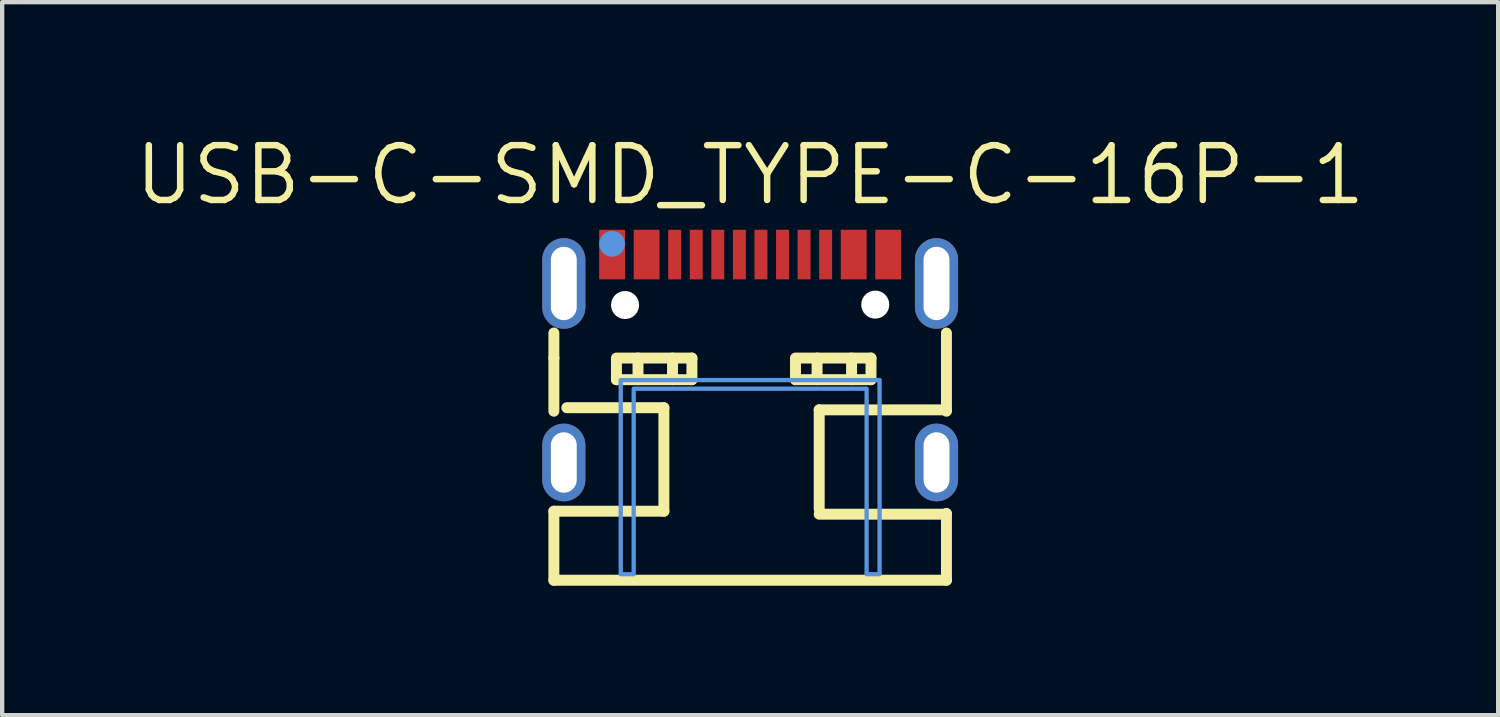
<source format=kicad_pcb>
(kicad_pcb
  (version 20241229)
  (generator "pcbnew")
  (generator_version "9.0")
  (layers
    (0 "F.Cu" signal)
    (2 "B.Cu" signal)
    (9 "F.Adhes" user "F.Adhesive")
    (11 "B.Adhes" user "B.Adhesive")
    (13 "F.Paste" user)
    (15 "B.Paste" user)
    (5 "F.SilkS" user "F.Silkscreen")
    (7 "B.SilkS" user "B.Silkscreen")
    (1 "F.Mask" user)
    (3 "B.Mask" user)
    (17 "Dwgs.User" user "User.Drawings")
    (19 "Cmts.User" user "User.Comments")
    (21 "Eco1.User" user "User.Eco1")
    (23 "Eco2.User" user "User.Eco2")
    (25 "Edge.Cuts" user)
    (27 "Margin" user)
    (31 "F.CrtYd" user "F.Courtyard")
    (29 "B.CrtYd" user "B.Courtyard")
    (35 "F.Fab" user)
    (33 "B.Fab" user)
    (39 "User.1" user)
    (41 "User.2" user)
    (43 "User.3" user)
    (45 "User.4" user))
  (footprint "USB-C-SMD_TYPE-C-16P-1"
    (layer "F.Cu")
    (at 14.34 5.261)
    (property "Reference" "USB-C-SMD_TYPE-C-16P-1" (at 0 -4.255 0) (layer "F.SilkS") (effects (font (size 1.27 1.27) (thickness 0.15))))
    (attr smd)
    (fp_line (start -4.55 -0.01) (end -4.55 -0.591) (stroke (width 0.254) (type solid)) (layer "F.SilkS"))
    (fp_line (start -4.55 -0.01) (end -4.55 1.221) (stroke (width 0.254) (type solid)) (layer "F.SilkS"))
    (fp_line (start -4.55 3.54) (end -4.55 5.14) (stroke (width 0.254) (type solid)) (layer "F.SilkS"))
    (fp_line (start -4.55 5.14) (end 4.55 5.14) (stroke (width 0.254) (type solid)) (layer "F.SilkS"))
    (fp_line (start -4.25 1.14) (end -2 1.14) (stroke (width 0.254) (type solid)) (layer "F.SilkS"))
    (fp_line (start -3.1 -0.01) (end -3.1 0.49) (stroke (width 0.254) (type solid)) (layer "F.SilkS"))
    (fp_line (start -3.1 0.49) (end -1.35 0.49) (stroke (width 0.254) (type solid)) (layer "F.SilkS"))
    (fp_line (start -2.6 -0.01) (end -2.6 0.49) (stroke (width 0.254) (type solid)) (layer "F.SilkS"))
    (fp_line (start -2 1.14) (end -2 3.54) (stroke (width 0.254) (type solid)) (layer "F.SilkS"))
    (fp_line (start -2 3.54) (end -4.55 3.54) (stroke (width 0.254) (type solid)) (layer "F.SilkS"))
    (fp_line (start -1.8 -0.01) (end -1.8 0.49) (stroke (width 0.254) (type solid)) (layer "F.SilkS"))
    (fp_line (start -1.35 -0.01) (end -3.05 -0.01) (stroke (width 0.254) (type solid)) (layer "F.SilkS"))
    (fp_line (start -1.35 0.49) (end -1.35 -0.01) (stroke (width 0.254) (type solid)) (layer "F.SilkS"))
    (fp_line (start 1.051 -0.01) (end 1.051 0.49) (stroke (width 0.254) (type solid)) (layer "F.SilkS"))
    (fp_line (start 1.051 0.49) (end 2.801 0.49) (stroke (width 0.254) (type solid)) (layer "F.SilkS"))
    (fp_line (start 1.551 -0.01) (end 1.551 0.49) (stroke (width 0.254) (type solid)) (layer "F.SilkS"))
    (fp_line (start 1.6 1.19) (end 1.6 3.489) (stroke (width 0.254) (type solid)) (layer "F.SilkS"))
    (fp_line (start 1.6 1.19) (end 4.55 1.19) (stroke (width 0.254) (type solid)) (layer "F.SilkS"))
    (fp_line (start 2.351 -0.01) (end 2.351 0.49) (stroke (width 0.254) (type solid)) (layer "F.SilkS"))
    (fp_line (start 2.801 -0.01) (end 1.101 -0.01) (stroke (width 0.254) (type solid)) (layer "F.SilkS"))
    (fp_line (start 2.801 0.49) (end 2.801 -0.01) (stroke (width 0.254) (type solid)) (layer "F.SilkS"))
    (fp_line (start 4.55 1.221) (end 4.55 -0.591) (stroke (width 0.254) (type solid)) (layer "F.SilkS"))
    (fp_line (start 4.55 3.609) (end 1.6 3.609) (stroke (width 0.254) (type solid)) (layer "F.SilkS"))
    (fp_line (start 4.55 5.14) (end 4.55 3.59) (stroke (width 0.254) (type solid)) (layer "F.SilkS"))
    (fp_poly (pts (xy -3.5 -2.985) (xy -3.5 -1.835) (xy -2.9 -1.835) (xy -2.9 -2.985)) (stroke (width 0) (type solid)) (fill yes) (layer "F.Paste"))
    (fp_poly (pts (xy -2.7 -2.985) (xy -2.7 -1.835) (xy -2.1 -1.835) (xy -2.1 -2.985)) (stroke (width 0) (type solid)) (fill yes) (layer "F.Paste"))
    (fp_poly (pts (xy -1.6 -1.835) (xy -1.6 -2.985) (xy -1.9 -2.985) (xy -1.9 -1.835)) (stroke (width 0) (type solid)) (fill yes) (layer "F.Paste"))
    (fp_poly (pts (xy -1.1 -1.835) (xy -1.1 -2.985) (xy -1.4 -2.985) (xy -1.4 -1.835)) (stroke (width 0) (type solid)) (fill yes) (layer "F.Paste"))
    (fp_poly (pts (xy -0.6 -1.835) (xy -0.6 -2.985) (xy -0.9 -2.985) (xy -0.9 -1.835)) (stroke (width 0) (type solid)) (fill yes) (layer "F.Paste"))
    (fp_poly (pts (xy -0.1 -1.835) (xy -0.1 -2.985) (xy -0.4 -2.985) (xy -0.4 -1.835)) (stroke (width 0) (type solid)) (fill yes) (layer "F.Paste"))
    (fp_poly (pts (xy 0.4 -1.835) (xy 0.4 -2.985) (xy 0.1 -2.985) (xy 0.1 -1.835)) (stroke (width 0) (type solid)) (fill yes) (layer "F.Paste"))
    (fp_poly (pts (xy 0.6 -2.985) (xy 0.6 -1.835) (xy 0.9 -1.835) (xy 0.9 -2.985)) (stroke (width 0) (type solid)) (fill yes) (layer "F.Paste"))
    (fp_poly (pts (xy 1.1 -2.985) (xy 1.1 -1.835) (xy 1.4 -1.835) (xy 1.4 -2.985)) (stroke (width 0) (type solid)) (fill yes) (layer "F.Paste"))
    (fp_poly (pts (xy 1.9 -1.835) (xy 1.9 -2.985) (xy 1.6 -2.985) (xy 1.6 -1.835)) (stroke (width 0) (type solid)) (fill yes) (layer "F.Paste"))
    (fp_poly (pts (xy 2.7 -1.835) (xy 2.7 -2.985) (xy 2.1 -2.985) (xy 2.1 -1.835)) (stroke (width 0) (type solid)) (fill yes) (layer "F.Paste"))
    (fp_poly (pts (xy 3.5 -1.835) (xy 3.5 -2.985) (xy 2.9 -2.985) (xy 2.9 -1.835)) (stroke (width 0) (type solid)) (fill yes) (layer "F.Paste"))
    (fp_poly (pts (xy -4.333 -2.79) (xy -4.357 -2.789) (xy -4.382 -2.786) (xy -4.407 -2.782) (xy -4.431 -2.777) (xy -4.455 -2.771) (xy -4.479 -2.764) (xy -4.503 -2.755) (xy -4.526 -2.746) (xy -4.548 -2.735) (xy -4.57 -2.723) (xy -4.591 -2.71) (xy -4.612 -2.696) (xy -4.632 -2.681) (xy -4.651 -2.665) (xy -4.669 -2.648) (xy -4.687 -2.63) (xy -4.703 -2.611) (xy -4.719 -2.592) (xy -4.733 -2.572) (xy -4.747 -2.551) (xy -4.759 -2.529) (xy -4.771 -2.507) (xy -4.781 -2.484) (xy -4.79 -2.461) (xy -4.798 -2.437) (xy -4.805 -2.413) (xy -4.81 -2.389) (xy -4.814 -2.365) (xy -4.818 -2.34) (xy -4.819 -2.315) (xy -4.82 -2.29) (xy -4.82 -1.19) (xy -4.819 -1.165) (xy -4.818 -1.14) (xy -4.814 -1.115) (xy -4.81 -1.091) (xy -4.805 -1.067) (xy -4.798 -1.043) (xy -4.79 -1.019) (xy -4.781 -0.996) (xy -4.771 -0.973) (xy -4.759 -0.951) (xy -4.747 -0.929) (xy -4.733 -0.908) (xy -4.719 -0.888) (xy -4.703 -0.869) (xy -4.687 -0.85) (xy -4.669 -0.832) (xy -4.651 -0.815) (xy -4.632 -0.799) (xy -4.612 -0.784) (xy -4.591 -0.77) (xy -4.57 -0.757) (xy -4.548 -0.745) (xy -4.526 -0.734) (xy -4.503 -0.725) (xy -4.479 -0.716) (xy -4.455 -0.709) (xy -4.431 -0.703) (xy -4.407 -0.698) (xy -4.382 -0.694) (xy -4.357 -0.691) (xy -4.333 -0.69) (xy -4.308 -0.69) (xy -4.283 -0.691) (xy -4.258 -0.694) (xy -4.233 -0.698) (xy -4.209 -0.703) (xy -4.185 -0.709) (xy -4.161 -0.716) (xy -4.137 -0.725) (xy -4.114 -0.734) (xy -4.092 -0.745) (xy -4.07 -0.757) (xy -4.049 -0.77) (xy -4.028 -0.784) (xy -4.008 -0.799) (xy -3.989 -0.815) (xy -3.971 -0.832) (xy -3.954 -0.85) (xy -3.937 -0.869) (xy -3.921 -0.888) (xy -3.907 -0.908) (xy -3.893 -0.929) (xy -3.881 -0.951) (xy -3.87 -0.973) (xy -3.859 -0.996) (xy -3.85 -1.019) (xy -3.842 -1.043) (xy -3.836 -1.067) (xy -3.83 -1.091) (xy -3.826 -1.115) (xy -3.823 -1.14) (xy -3.821 -1.165) (xy -3.82 -1.19) (xy -3.82 -2.29) (xy -3.821 -2.315) (xy -3.823 -2.34) (xy -3.826 -2.365) (xy -3.83 -2.389) (xy -3.836 -2.413) (xy -3.842 -2.437) (xy -3.85 -2.461) (xy -3.859 -2.484) (xy -3.87 -2.507) (xy -3.881 -2.529) (xy -3.893 -2.551) (xy -3.907 -2.572) (xy -3.921 -2.592) (xy -3.937 -2.611) (xy -3.954 -2.63) (xy -3.971 -2.648) (xy -3.989 -2.665) (xy -4.008 -2.681) (xy -4.028 -2.696) (xy -4.049 -2.71) (xy -4.07 -2.723) (xy -4.092 -2.735) (xy -4.114 -2.746) (xy -4.137 -2.755) (xy -4.161 -2.764) (xy -4.185 -2.771) (xy -4.209 -2.777) (xy -4.233 -2.782) (xy -4.258 -2.786) (xy -4.283 -2.789) (xy -4.308 -2.79)) (stroke (width 0) (type solid)) (fill yes) (layer "F.Paste"))
    (fp_poly (pts (xy -4.283 1.511) (xy -4.308 1.51) (xy -4.333 1.51) (xy -4.357 1.511) (xy -4.382 1.514) (xy -4.407 1.518) (xy -4.431 1.523) (xy -4.455 1.529) (xy -4.479 1.536) (xy -4.503 1.545) (xy -4.526 1.554) (xy -4.548 1.565) (xy -4.57 1.577) (xy -4.591 1.59) (xy -4.612 1.604) (xy -4.632 1.619) (xy -4.651 1.635) (xy -4.669 1.652) (xy -4.687 1.67) (xy -4.703 1.689) (xy -4.719 1.708) (xy -4.733 1.728) (xy -4.747 1.749) (xy -4.759 1.771) (xy -4.771 1.793) (xy -4.781 1.816) (xy -4.79 1.839) (xy -4.798 1.863) (xy -4.805 1.887) (xy -4.81 1.911) (xy -4.814 1.936) (xy -4.818 1.96) (xy -4.819 1.985) (xy -4.82 2.01) (xy -4.82 2.81) (xy -4.819 2.835) (xy -4.818 2.86) (xy -4.814 2.885) (xy -4.81 2.909) (xy -4.805 2.933) (xy -4.798 2.957) (xy -4.79 2.981) (xy -4.781 3.004) (xy -4.771 3.027) (xy -4.759 3.049) (xy -4.747 3.071) (xy -4.733 3.092) (xy -4.719 3.112) (xy -4.703 3.131) (xy -4.687 3.15) (xy -4.669 3.168) (xy -4.651 3.185) (xy -4.632 3.201) (xy -4.612 3.216) (xy -4.591 3.23) (xy -4.57 3.243) (xy -4.548 3.255) (xy -4.526 3.266) (xy -4.503 3.276) (xy -4.479 3.284) (xy -4.455 3.291) (xy -4.431 3.298) (xy -4.407 3.302) (xy -4.382 3.306) (xy -4.357 3.309) (xy -4.333 3.31) (xy -4.308 3.31) (xy -4.283 3.309) (xy -4.258 3.306) (xy -4.233 3.302) (xy -4.209 3.298) (xy -4.185 3.291) (xy -4.161 3.284) (xy -4.137 3.276) (xy -4.114 3.266) (xy -4.092 3.255) (xy -4.07 3.243) (xy -4.049 3.23) (xy -4.028 3.216) (xy -4.008 3.201) (xy -3.989 3.185) (xy -3.971 3.168) (xy -3.954 3.15) (xy -3.937 3.131) (xy -3.921 3.112) (xy -3.907 3.092) (xy -3.893 3.071) (xy -3.881 3.049) (xy -3.87 3.027) (xy -3.859 3.004) (xy -3.85 2.981) (xy -3.842 2.957) (xy -3.836 2.933) (xy -3.83 2.909) (xy -3.826 2.885) (xy -3.823 2.86) (xy -3.821 2.835) (xy -3.82 2.81) (xy -3.82 2.01) (xy -3.821 1.985) (xy -3.823 1.96) (xy -3.826 1.936) (xy -3.83 1.911) (xy -3.836 1.887) (xy -3.842 1.863) (xy -3.85 1.839) (xy -3.859 1.816) (xy -3.87 1.793) (xy -3.881 1.771) (xy -3.893 1.749) (xy -3.907 1.728) (xy -3.921 1.708) (xy -3.937 1.689) (xy -3.954 1.67) (xy -3.971 1.652) (xy -3.989 1.635) (xy -4.008 1.619) (xy -4.028 1.604) (xy -4.049 1.59) (xy -4.07 1.577) (xy -4.092 1.565) (xy -4.114 1.554) (xy -4.137 1.545) (xy -4.161 1.536) (xy -4.185 1.529) (xy -4.209 1.523) (xy -4.233 1.518) (xy -4.258 1.514)) (stroke (width 0) (type solid)) (fill yes) (layer "F.Paste"))
    (fp_poly (pts (xy 4.308 1.51) (xy 4.283 1.511) (xy 4.258 1.514) (xy 4.233 1.518) (xy 4.209 1.523) (xy 4.185 1.529) (xy 4.161 1.536) (xy 4.137 1.545) (xy 4.114 1.554) (xy 4.092 1.565) (xy 4.07 1.577) (xy 4.049 1.59) (xy 4.028 1.604) (xy 4.008 1.619) (xy 3.989 1.635) (xy 3.971 1.652) (xy 3.954 1.67) (xy 3.937 1.689) (xy 3.921 1.708) (xy 3.907 1.728) (xy 3.893 1.749) (xy 3.881 1.771) (xy 3.87 1.793) (xy 3.859 1.816) (xy 3.85 1.839) (xy 3.842 1.863) (xy 3.836 1.887) (xy 3.83 1.911) (xy 3.826 1.936) (xy 3.823 1.96) (xy 3.821 1.985) (xy 3.82 2.01) (xy 3.82 2.81) (xy 3.821 2.835) (xy 3.823 2.86) (xy 3.826 2.885) (xy 3.83 2.909) (xy 3.836 2.933) (xy 3.842 2.957) (xy 3.85 2.981) (xy 3.859 3.004) (xy 3.87 3.027) (xy 3.881 3.049) (xy 3.893 3.071) (xy 3.907 3.092) (xy 3.921 3.112) (xy 3.937 3.131) (xy 3.954 3.15) (xy 3.971 3.168) (xy 3.989 3.185) (xy 4.008 3.201) (xy 4.028 3.216) (xy 4.049 3.23) (xy 4.07 3.243) (xy 4.092 3.255) (xy 4.114 3.266) (xy 4.137 3.276) (xy 4.161 3.284) (xy 4.185 3.291) (xy 4.209 3.298) (xy 4.233 3.302) (xy 4.258 3.306) (xy 4.283 3.309) (xy 4.308 3.31) (xy 4.333 3.31) (xy 4.357 3.309) (xy 4.382 3.306) (xy 4.407 3.302) (xy 4.431 3.298) (xy 4.455 3.291) (xy 4.479 3.284) (xy 4.503 3.276) (xy 4.526 3.266) (xy 4.548 3.255) (xy 4.57 3.243) (xy 4.591 3.23) (xy 4.612 3.216) (xy 4.632 3.201) (xy 4.651 3.185) (xy 4.669 3.168) (xy 4.687 3.15) (xy 4.703 3.131) (xy 4.719 3.112) (xy 4.733 3.092) (xy 4.747 3.071) (xy 4.759 3.049) (xy 4.771 3.027) (xy 4.781 3.004) (xy 4.79 2.981) (xy 4.798 2.957) (xy 4.805 2.933) (xy 4.81 2.909) (xy 4.814 2.885) (xy 4.818 2.86) (xy 4.819 2.835) (xy 4.82 2.81) (xy 4.82 2.01) (xy 4.819 1.985) (xy 4.818 1.96) (xy 4.814 1.936) (xy 4.81 1.911) (xy 4.805 1.887) (xy 4.798 1.863) (xy 4.79 1.839) (xy 4.781 1.816) (xy 4.771 1.793) (xy 4.759 1.771) (xy 4.747 1.749) (xy 4.733 1.728) (xy 4.719 1.708) (xy 4.703 1.689) (xy 4.687 1.67) (xy 4.669 1.652) (xy 4.651 1.635) (xy 4.632 1.619) (xy 4.612 1.604) (xy 4.591 1.59) (xy 4.57 1.577) (xy 4.548 1.565) (xy 4.526 1.554) (xy 4.503 1.545) (xy 4.479 1.536) (xy 4.455 1.529) (xy 4.431 1.523) (xy 4.407 1.518) (xy 4.382 1.514) (xy 4.357 1.511) (xy 4.333 1.51)) (stroke (width 0) (type solid)) (fill yes) (layer "F.Paste"))
    (fp_poly (pts (xy 4.357 -2.789) (xy 4.333 -2.79) (xy 4.308 -2.79) (xy 4.283 -2.789) (xy 4.258 -2.786) (xy 4.233 -2.782) (xy 4.209 -2.777) (xy 4.185 -2.771) (xy 4.161 -2.764) (xy 4.137 -2.755) (xy 4.114 -2.746) (xy 4.092 -2.735) (xy 4.07 -2.723) (xy 4.049 -2.71) (xy 4.028 -2.696) (xy 4.008 -2.681) (xy 3.989 -2.665) (xy 3.971 -2.648) (xy 3.954 -2.63) (xy 3.937 -2.611) (xy 3.921 -2.592) (xy 3.907 -2.572) (xy 3.893 -2.551) (xy 3.881 -2.529) (xy 3.87 -2.507) (xy 3.859 -2.484) (xy 3.85 -2.461) (xy 3.842 -2.437) (xy 3.836 -2.413) (xy 3.83 -2.389) (xy 3.826 -2.365) (xy 3.823 -2.34) (xy 3.821 -2.315) (xy 3.82 -2.29) (xy 3.82 -1.19) (xy 3.821 -1.165) (xy 3.823 -1.14) (xy 3.826 -1.115) (xy 3.83 -1.091) (xy 3.836 -1.067) (xy 3.842 -1.043) (xy 3.85 -1.019) (xy 3.859 -0.996) (xy 3.87 -0.973) (xy 3.881 -0.951) (xy 3.893 -0.929) (xy 3.907 -0.908) (xy 3.921 -0.888) (xy 3.937 -0.869) (xy 3.954 -0.85) (xy 3.971 -0.832) (xy 3.989 -0.815) (xy 4.008 -0.799) (xy 4.028 -0.784) (xy 4.049 -0.77) (xy 4.07 -0.757) (xy 4.092 -0.745) (xy 4.114 -0.734) (xy 4.137 -0.725) (xy 4.161 -0.716) (xy 4.185 -0.709) (xy 4.209 -0.703) (xy 4.233 -0.698) (xy 4.258 -0.694) (xy 4.283 -0.691) (xy 4.308 -0.69) (xy 4.333 -0.69) (xy 4.357 -0.691) (xy 4.382 -0.694) (xy 4.407 -0.698) (xy 4.431 -0.703) (xy 4.455 -0.709) (xy 4.479 -0.716) (xy 4.503 -0.725) (xy 4.526 -0.734) (xy 4.548 -0.745) (xy 4.57 -0.757) (xy 4.591 -0.77) (xy 4.612 -0.784) (xy 4.632 -0.799) (xy 4.651 -0.815) (xy 4.669 -0.832) (xy 4.687 -0.85) (xy 4.703 -0.869) (xy 4.719 -0.888) (xy 4.733 -0.908) (xy 4.747 -0.929) (xy 4.759 -0.951) (xy 4.771 -0.973) (xy 4.781 -0.996) (xy 4.79 -1.019) (xy 4.798 -1.043) (xy 4.805 -1.067) (xy 4.81 -1.091) (xy 4.814 -1.115) (xy 4.818 -1.14) (xy 4.819 -1.165) (xy 4.82 -1.19) (xy 4.82 -2.29) (xy 4.819 -2.315) (xy 4.818 -2.34) (xy 4.814 -2.365) (xy 4.81 -2.389) (xy 4.805 -2.413) (xy 4.798 -2.437) (xy 4.79 -2.461) (xy 4.781 -2.484) (xy 4.771 -2.507) (xy 4.759 -2.529) (xy 4.747 -2.551) (xy 4.733 -2.572) (xy 4.719 -2.592) (xy 4.703 -2.611) (xy 4.687 -2.63) (xy 4.669 -2.648) (xy 4.651 -2.665) (xy 4.632 -2.681) (xy 4.612 -2.696) (xy 4.591 -2.71) (xy 4.57 -2.723) (xy 4.548 -2.735) (xy 4.526 -2.746) (xy 4.503 -2.755) (xy 4.479 -2.764) (xy 4.455 -2.771) (xy 4.431 -2.777) (xy 4.407 -2.782) (xy 4.382 -2.786)) (stroke (width 0) (type solid)) (fill yes) (layer "F.Paste"))
    (fp_circle (center -3.2 -2.66) (end -3.05 -2.66) (stroke (width 0.3) (type solid)) (fill no) (layer "Cmts.User"))
    (fp_circle (center -2.89 -1.24) (end -2.79 -1.24) (stroke (width 0.2) (type solid)) (fill no) (layer "Cmts.User"))
    (fp_circle (center 2.89 -1.24) (end 2.99 -1.24) (stroke (width 0.2) (type solid)) (fill no) (layer "Cmts.User"))
    (fp_poly (pts (xy -3 5) (xy -3 0.5) (xy 3 0.5) (xy 3 5) (xy 2.7 5) (xy 2.7 0.7) (xy -2.7 0.7) (xy -2.7 5)) (stroke (width 0.1) (type solid)) (fill no) (layer "Cmts.User"))
    (fp_text user "" (at 0 0 0) (layer "Cmts.User") (effects (font (size 1 1) (thickness 0.15))))
    (pad "" np_thru_hole circle (at -2.9 -1.24) (size 0.65 0.65) (drill 0.65) (layers "*.Cu" "*.Mask"))
    (pad "" np_thru_hole circle (at 2.9 -1.25) (size 0.65 0.65) (drill 0.65) (layers "*.Cu" "*.Mask"))
    (pad "A1B12" smd rect (at -3.2 -2.41) (size 0.6 1.15) (layers "F.Cu" "F.Mask" "F.Paste"))
    (pad "A4B9" smd rect (at -2.4 -2.41) (size 0.6 1.15) (layers "F.Cu" "F.Mask" "F.Paste"))
    (pad "A5" smd rect (at -1.25 -2.41) (size 0.3 1.15) (layers "F.Cu" "F.Mask" "F.Paste"))
    (pad "A6" smd rect (at -0.25 -2.41) (size 0.3 1.15) (layers "F.Cu" "F.Mask" "F.Paste"))
    (pad "A7" smd rect (at 0.25 -2.41) (size 0.3 1.15) (layers "F.Cu" "F.Mask" "F.Paste"))
    (pad "A8" smd rect (at 1.25 -2.41) (size 0.3 1.15) (layers "F.Cu" "F.Mask" "F.Paste"))
    (pad "B1A12" smd rect (at 3.2 -2.41) (size 0.6 1.15) (layers "F.Cu" "F.Mask" "F.Paste"))
    (pad "B4A9" smd rect (at 2.4 -2.41) (size 0.6 1.15) (layers "F.Cu" "F.Mask" "F.Paste"))
    (pad "B5" smd rect (at 1.75 -2.41) (size 0.3 1.15) (layers "F.Cu" "F.Mask" "F.Paste"))
    (pad "B6" smd rect (at 0.75 -2.41) (size 0.3 1.15) (layers "F.Cu" "F.Mask" "F.Paste"))
    (pad "B7" smd rect (at -0.75 -2.41) (size 0.3 1.15) (layers "F.Cu" "F.Mask" "F.Paste"))
    (pad "B8" smd rect (at -1.75 -2.41) (size 0.3 1.15) (layers "F.Cu" "F.Mask" "F.Paste"))
    (pad "EP" thru_hole oval (at -4.32 -1.74) (size 1 2.1) (drill oval 0.6 1.7) (layers "*.Cu" "*.Paste" "*.Mask"))
    (pad "EP" thru_hole oval (at -4.32 2.41) (size 1 1.8) (drill oval 0.6 1.4) (layers "*.Cu" "*.Paste" "*.Mask"))
    (pad "EP" thru_hole oval (at 4.32 -1.74) (size 1 2.1) (drill oval 0.6 1.7) (layers "*.Cu" "*.Paste" "*.Mask"))
    (pad "EP" thru_hole oval (at 4.32 2.41) (size 1 1.8) (drill oval 0.6 1.4) (layers "*.Cu" "*.Paste" "*.Mask")))
  (gr_rect
    (start -3 -3)
    (end 31.68 13.528)
    (stroke (width 0.1) (type default))
    (fill no)
    (layer "Edge.Cuts")))
</source>
